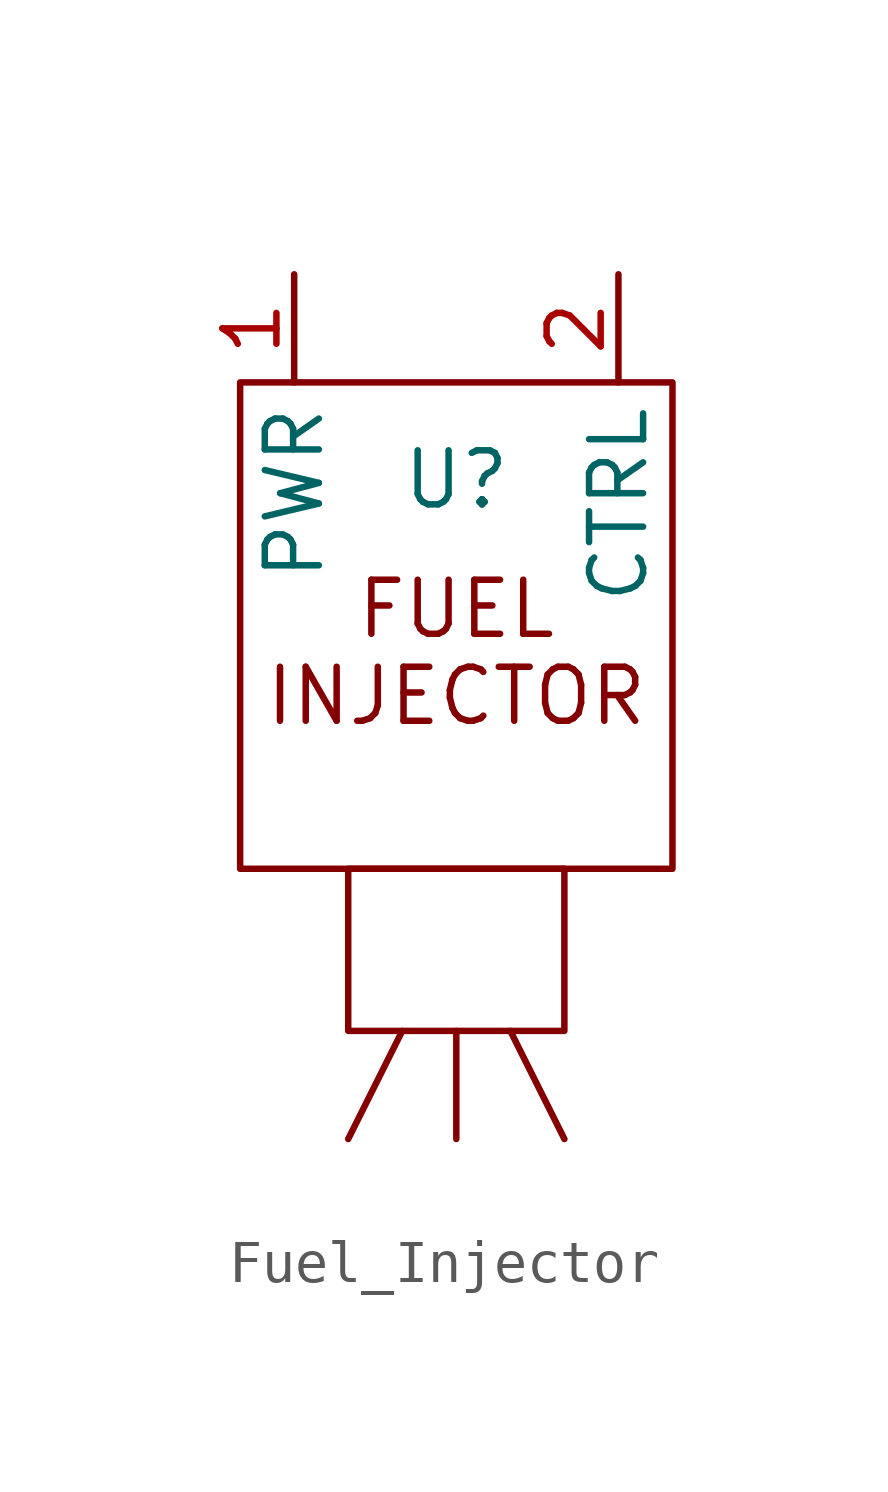
<source format=kicad_sym>
(kicad_symbol_lib
  (version 20241209)
  (generator "kicad_symbol_editor")
  (generator_version "9.0")
  (symbol "Fuel_Injector"
    (property "Reference" "U"
      (at 0 2.794 0)
      (effects (font (size 1.27 1.27))))
    (property "Value" ""
      (at 0 0 0)
      (effects (font (size 1.27 1.27))))
    (symbol "Fuel_Injector_0_1"
      (rectangle (start -5.08 5.08) (end 5.08 -6.35) (stroke (width 0) (type default)) (fill (type none)))
      (polyline (pts (xy -2.54 -6.35) (xy -2.54 -10.16) (xy 2.54 -10.16) (xy 2.54 -6.35) (xy -2.54 -6.35)) (stroke (width 0) (type default)) (fill (type none)))
      (polyline (pts (xy -1.27 -10.16) (xy -2.54 -12.7)) (stroke (width 0) (type default)) (fill (type none)))
      (polyline (pts (xy 0 -10.16) (xy 0 -12.7)) (stroke (width 0) (type default)) (fill (type none)))
      (polyline (pts (xy 1.27 -10.16) (xy 2.54 -12.7)) (stroke (width 0) (type default)) (fill (type none))))
    (symbol "Fuel_Injector_1_1"
      (text "FUEL\nINJECTOR" (at 0 -1.27 0) (effects (font (size 1.27 1.27))))
      (pin input line (at -3.81 7.62 270) (length 2.54) (name "PWR" (effects (font (size 1.27 1.27)))) (number "1" (effects (font (size 1.27 1.27)))))
      (pin input line (at 3.81 7.62 270) (length 2.54) (name "CTRL" (effects (font (size 1.27 1.27)))) (number "2" (effects (font (size 1.27 1.27))))))))
</source>
